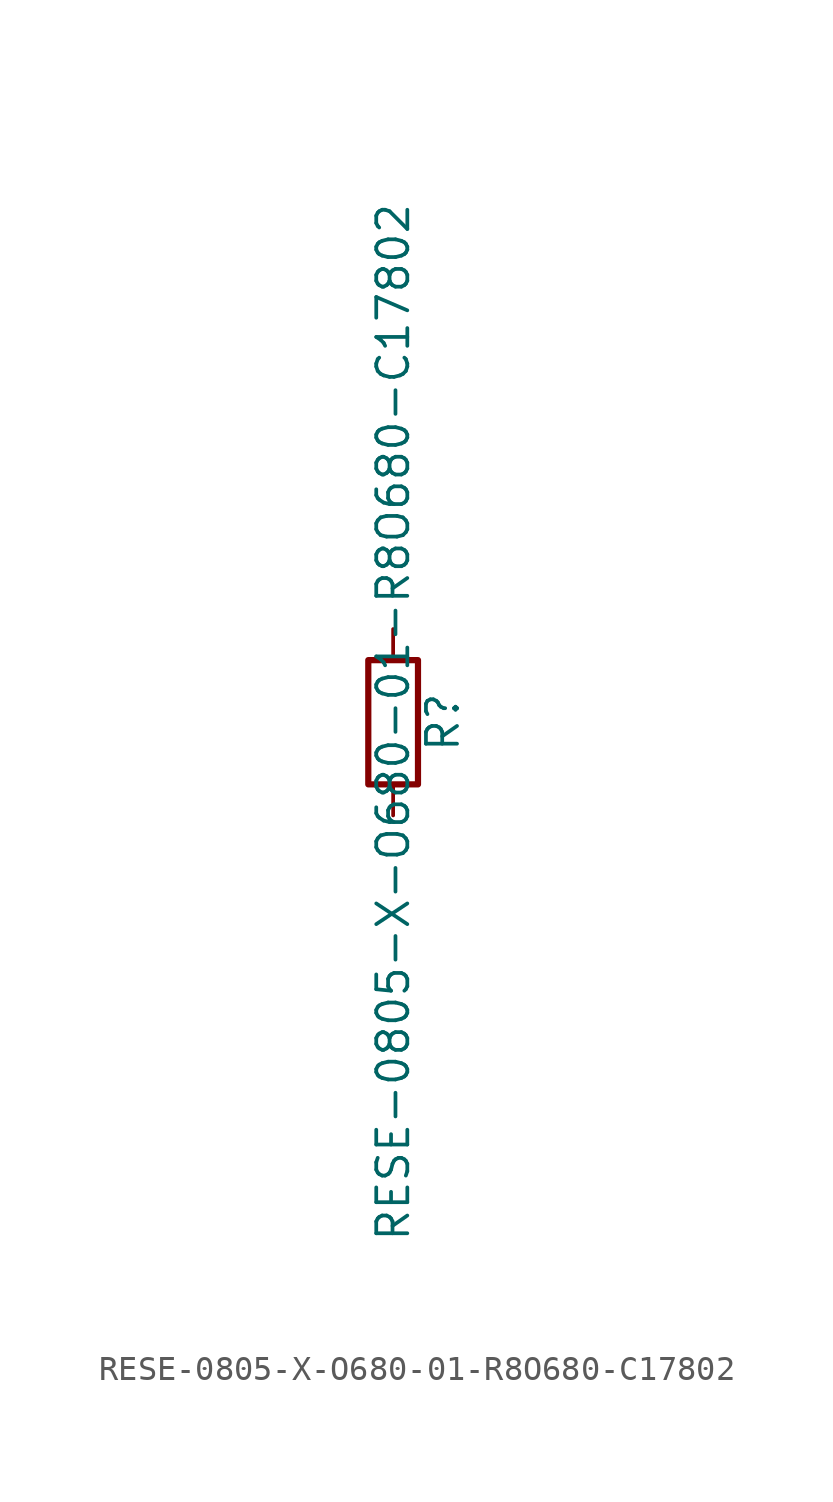
<source format=kicad_sym>
(kicad_symbol_lib
  (version 20211014)
  (generator kicad_symbol_editor)
  (symbol "RESE-0805-X-O680-01-R8O680-C17802"
    (pin_numbers hide)
    (pin_names
      (offset 0))
    (property "Reference" "R"
      (at 2.032 0 90)
      (effects (font (size 1.27 1.27))))
    (property "Value" "RESE-0805-X-O680-01-R8O680-C17802"
      (at 0 0 90)
      (effects (font (size 1.27 1.27))))
    (symbol "RESE-0805-X-O680-01-R8O680-C17802_0_1"
      (rectangle (start -1.016 -2.54) (end 1.016 2.54) (stroke (width 0.254) (type default) (color 0 0 0 0)) (fill (type none))))
    (symbol "RESE-0805-X-O680-01-R8O680-C17802_1_1"
      (pin passive line (at 0 3.81 270) (length 1.27) (name "~" (effects (font (size 1.27 1.27)))) (number "1" (effects (font (size 1.27 1.27)))))
      (pin passive line (at 0 -3.81 90) (length 1.27) (name "~" (effects (font (size 1.27 1.27)))) (number "2" (effects (font (size 1.27 1.27))))))))
</source>
